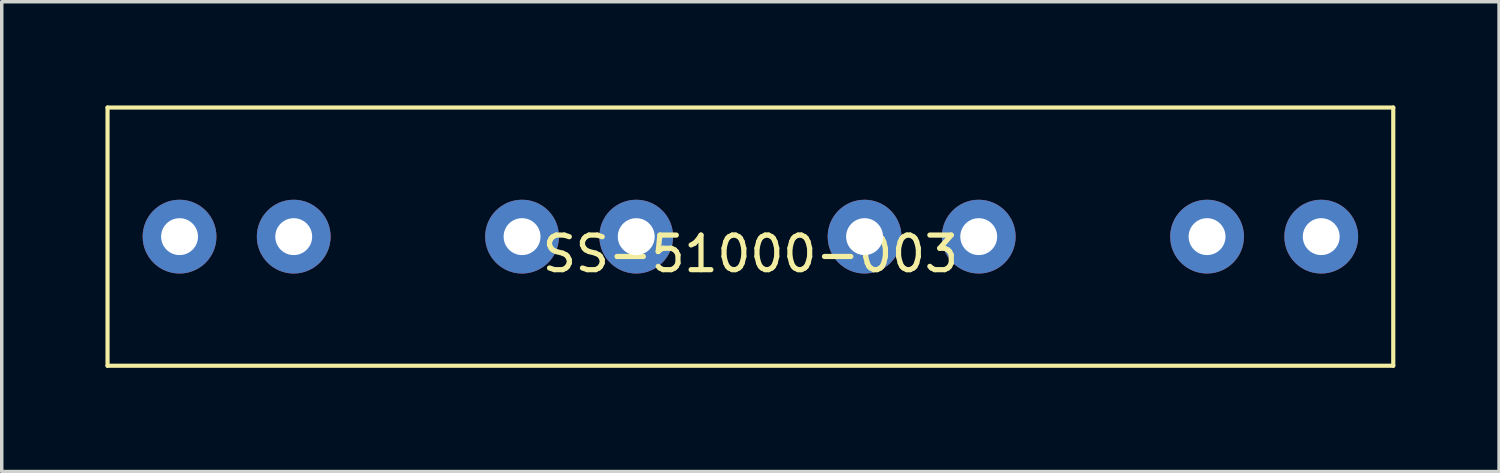
<source format=kicad_pcb>
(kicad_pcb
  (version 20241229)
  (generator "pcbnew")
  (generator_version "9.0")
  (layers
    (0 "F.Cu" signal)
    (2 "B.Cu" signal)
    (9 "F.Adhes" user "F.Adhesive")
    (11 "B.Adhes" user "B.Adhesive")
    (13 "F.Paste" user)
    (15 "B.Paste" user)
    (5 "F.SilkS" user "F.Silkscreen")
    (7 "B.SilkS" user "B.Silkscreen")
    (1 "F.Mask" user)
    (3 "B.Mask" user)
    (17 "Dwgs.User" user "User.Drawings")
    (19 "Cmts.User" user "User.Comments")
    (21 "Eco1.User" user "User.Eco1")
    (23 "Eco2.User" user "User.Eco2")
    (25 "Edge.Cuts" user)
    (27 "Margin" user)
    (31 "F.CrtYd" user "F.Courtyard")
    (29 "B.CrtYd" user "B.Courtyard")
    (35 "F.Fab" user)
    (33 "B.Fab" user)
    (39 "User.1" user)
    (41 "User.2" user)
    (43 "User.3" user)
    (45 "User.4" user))
  (footprint "SS-51000-003"
    (layer "F.Cu")
    (at 18.653 3.794)
    (property "Reference" "SS-51000-003" (at 0 0.5 0) (layer "F.SilkS") (effects (font (size 1 1) (thickness 0.15))))
    (attr through_hole)
    (fp_line (start -18.593 -3.734) (end 18.593 -3.734) (stroke (width 0.12) (type solid)) (layer "F.SilkS"))
    (fp_line (start -18.593 3.734) (end -18.593 -3.734) (stroke (width 0.12) (type solid)) (layer "F.SilkS"))
    (fp_line (start 18.593 -3.734) (end 18.593 3.734) (stroke (width 0.12) (type solid)) (layer "F.SilkS"))
    (fp_line (start 18.593 3.734) (end -18.593 3.734) (stroke (width 0.12) (type solid)) (layer "F.SilkS"))
    (pad "1" thru_hole circle (at -16.51 0) (size 2.134 2.134) (drill 1.067) (layers "*.Cu" "*.Mask"))
    (pad "2" thru_hole circle (at -13.208 0) (size 2.134 2.134) (drill 1.067) (layers "*.Cu" "*.Mask"))
    (pad "3" thru_hole circle (at -6.604 0) (size 2.134 2.134) (drill 1.067) (layers "*.Cu" "*.Mask"))
    (pad "4" thru_hole circle (at -3.302 0) (size 2.134 2.134) (drill 1.067) (layers "*.Cu" "*.Mask"))
    (pad "5" thru_hole circle (at 3.302 0) (size 2.134 2.134) (drill 1.067) (layers "*.Cu" "*.Mask"))
    (pad "6" thru_hole circle (at 6.604 0) (size 2.134 2.134) (drill 1.067) (layers "*.Cu" "*.Mask"))
    (pad "7" thru_hole circle (at 13.208 0) (size 2.134 2.134) (drill 1.067) (layers "*.Cu" "*.Mask"))
    (pad "8" thru_hole circle (at 16.51 0) (size 2.134 2.134) (drill 1.067) (layers "*.Cu" "*.Mask")))
  (gr_rect
    (start -3 -3)
    (end 40.306 10.588)
    (stroke (width 0.1) (type default))
    (fill no)
    (layer "Edge.Cuts")))
</source>
